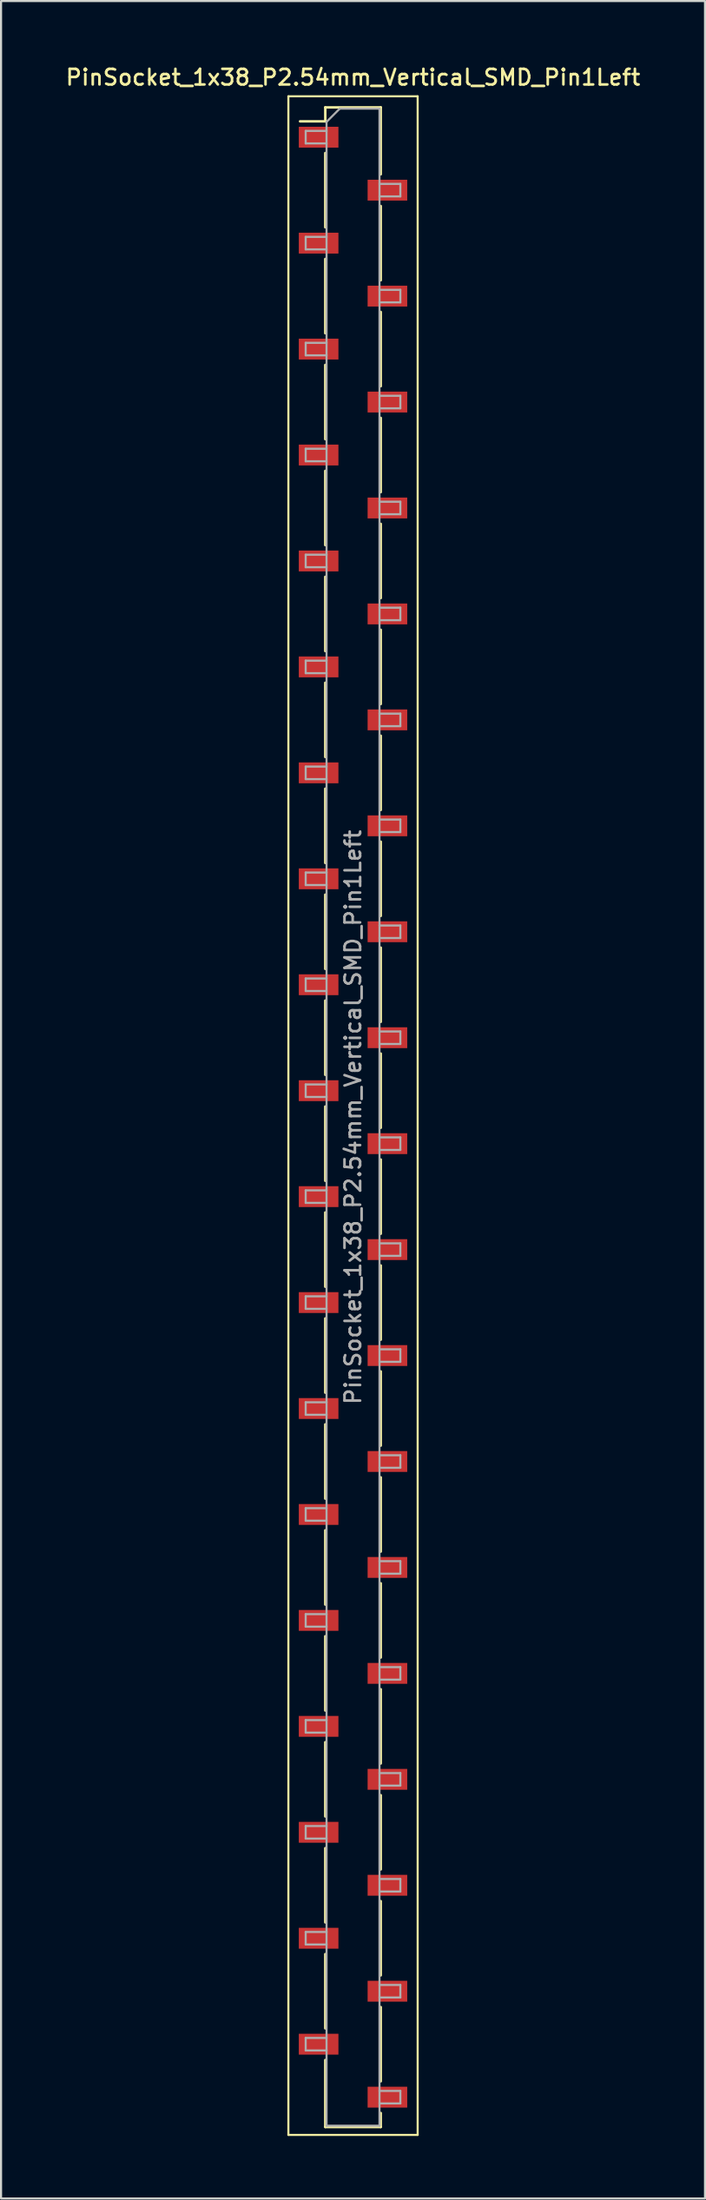
<source format=kicad_pcb>
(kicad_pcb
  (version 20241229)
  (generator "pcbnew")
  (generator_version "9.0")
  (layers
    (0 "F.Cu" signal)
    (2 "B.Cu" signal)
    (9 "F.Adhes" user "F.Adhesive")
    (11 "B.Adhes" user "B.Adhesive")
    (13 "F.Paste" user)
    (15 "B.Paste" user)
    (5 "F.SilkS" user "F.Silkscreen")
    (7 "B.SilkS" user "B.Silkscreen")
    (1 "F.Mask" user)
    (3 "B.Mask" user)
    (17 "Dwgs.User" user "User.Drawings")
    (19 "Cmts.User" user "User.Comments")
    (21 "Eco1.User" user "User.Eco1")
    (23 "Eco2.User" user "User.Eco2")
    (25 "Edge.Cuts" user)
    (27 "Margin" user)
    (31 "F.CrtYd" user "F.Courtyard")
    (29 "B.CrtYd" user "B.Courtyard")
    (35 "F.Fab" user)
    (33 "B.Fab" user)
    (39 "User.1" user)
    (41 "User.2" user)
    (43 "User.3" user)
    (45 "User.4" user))
  (footprint "PinSocket_1x38_P2.54mm_Vertical_SMD_Pin1Left"
    (layer "F.Cu")
    (at 13.88 50.518)
    (property "Reference" "PinSocket_1x38_P2.54mm_Vertical_SMD_Pin1Left" (at 0 -49.86 0) (layer "F.SilkS") (effects (font (size 0.75 0.75) (thickness 0.125))))
    (attr smd)
    (fp_line (start -3.1 -48.95) (end 3.1 -48.95) (stroke (width 0.1) (type solid)) (layer "F.SilkS"))
    (fp_line (start -3.1 48.8) (end -3.1 -48.95) (stroke (width 0.1) (type solid)) (layer "F.SilkS"))
    (fp_line (start -2.54 -47.75) (end -1.33 -47.75) (stroke (width 0.12) (type solid)) (layer "F.SilkS"))
    (fp_line (start -1.33 -48.42) (end -1.33 -47.75) (stroke (width 0.12) (type solid)) (layer "F.SilkS"))
    (fp_line (start -1.33 -48.42) (end 1.33 -48.42) (stroke (width 0.12) (type solid)) (layer "F.SilkS"))
    (fp_line (start -1.33 -46.23) (end -1.33 -42.67) (stroke (width 0.12) (type solid)) (layer "F.SilkS"))
    (fp_line (start -1.33 -41.15) (end -1.33 -37.59) (stroke (width 0.12) (type solid)) (layer "F.SilkS"))
    (fp_line (start -1.33 -36.07) (end -1.33 -32.51) (stroke (width 0.12) (type solid)) (layer "F.SilkS"))
    (fp_line (start -1.33 -30.99) (end -1.33 -27.43) (stroke (width 0.12) (type solid)) (layer "F.SilkS"))
    (fp_line (start -1.33 -25.91) (end -1.33 -22.35) (stroke (width 0.12) (type solid)) (layer "F.SilkS"))
    (fp_line (start -1.33 -20.83) (end -1.33 -17.27) (stroke (width 0.12) (type solid)) (layer "F.SilkS"))
    (fp_line (start -1.33 -15.75) (end -1.33 -12.19) (stroke (width 0.12) (type solid)) (layer "F.SilkS"))
    (fp_line (start -1.33 -10.67) (end -1.33 -7.11) (stroke (width 0.12) (type solid)) (layer "F.SilkS"))
    (fp_line (start -1.33 -5.59) (end -1.33 -2.03) (stroke (width 0.12) (type solid)) (layer "F.SilkS"))
    (fp_line (start -1.33 -0.51) (end -1.33 3.05) (stroke (width 0.12) (type solid)) (layer "F.SilkS"))
    (fp_line (start -1.33 4.57) (end -1.33 8.13) (stroke (width 0.12) (type solid)) (layer "F.SilkS"))
    (fp_line (start -1.33 9.65) (end -1.33 13.21) (stroke (width 0.12) (type solid)) (layer "F.SilkS"))
    (fp_line (start -1.33 14.73) (end -1.33 18.29) (stroke (width 0.12) (type solid)) (layer "F.SilkS"))
    (fp_line (start -1.33 19.81) (end -1.33 23.37) (stroke (width 0.12) (type solid)) (layer "F.SilkS"))
    (fp_line (start -1.33 24.89) (end -1.33 28.45) (stroke (width 0.12) (type solid)) (layer "F.SilkS"))
    (fp_line (start -1.33 29.97) (end -1.33 33.53) (stroke (width 0.12) (type solid)) (layer "F.SilkS"))
    (fp_line (start -1.33 35.05) (end -1.33 38.61) (stroke (width 0.12) (type solid)) (layer "F.SilkS"))
    (fp_line (start -1.33 40.13) (end -1.33 43.69) (stroke (width 0.12) (type solid)) (layer "F.SilkS"))
    (fp_line (start -1.33 45.21) (end -1.33 48.42) (stroke (width 0.12) (type solid)) (layer "F.SilkS"))
    (fp_line (start -1.33 48.42) (end 1.33 48.42) (stroke (width 0.12) (type solid)) (layer "F.SilkS"))
    (fp_line (start 1.33 -48.42) (end 1.33 -45.21) (stroke (width 0.12) (type solid)) (layer "F.SilkS"))
    (fp_line (start 1.33 -43.69) (end 1.33 -40.13) (stroke (width 0.12) (type solid)) (layer "F.SilkS"))
    (fp_line (start 1.33 -38.61) (end 1.33 -35.05) (stroke (width 0.12) (type solid)) (layer "F.SilkS"))
    (fp_line (start 1.33 -33.53) (end 1.33 -29.97) (stroke (width 0.12) (type solid)) (layer "F.SilkS"))
    (fp_line (start 1.33 -28.45) (end 1.33 -24.89) (stroke (width 0.12) (type solid)) (layer "F.SilkS"))
    (fp_line (start 1.33 -23.37) (end 1.33 -19.81) (stroke (width 0.12) (type solid)) (layer "F.SilkS"))
    (fp_line (start 1.33 -18.29) (end 1.33 -14.73) (stroke (width 0.12) (type solid)) (layer "F.SilkS"))
    (fp_line (start 1.33 -13.21) (end 1.33 -9.65) (stroke (width 0.12) (type solid)) (layer "F.SilkS"))
    (fp_line (start 1.33 -8.13) (end 1.33 -4.57) (stroke (width 0.12) (type solid)) (layer "F.SilkS"))
    (fp_line (start 1.33 -3.05) (end 1.33 0.51) (stroke (width 0.12) (type solid)) (layer "F.SilkS"))
    (fp_line (start 1.33 2.03) (end 1.33 5.59) (stroke (width 0.12) (type solid)) (layer "F.SilkS"))
    (fp_line (start 1.33 7.11) (end 1.33 10.67) (stroke (width 0.12) (type solid)) (layer "F.SilkS"))
    (fp_line (start 1.33 12.19) (end 1.33 15.75) (stroke (width 0.12) (type solid)) (layer "F.SilkS"))
    (fp_line (start 1.33 17.27) (end 1.33 20.83) (stroke (width 0.12) (type solid)) (layer "F.SilkS"))
    (fp_line (start 1.33 22.35) (end 1.33 25.91) (stroke (width 0.12) (type solid)) (layer "F.SilkS"))
    (fp_line (start 1.33 27.43) (end 1.33 30.99) (stroke (width 0.12) (type solid)) (layer "F.SilkS"))
    (fp_line (start 1.33 32.51) (end 1.33 36.07) (stroke (width 0.12) (type solid)) (layer "F.SilkS"))
    (fp_line (start 1.33 37.59) (end 1.33 41.15) (stroke (width 0.12) (type solid)) (layer "F.SilkS"))
    (fp_line (start 1.33 42.67) (end 1.33 46.23) (stroke (width 0.12) (type solid)) (layer "F.SilkS"))
    (fp_line (start 1.33 47.75) (end 1.33 48.42) (stroke (width 0.12) (type solid)) (layer "F.SilkS"))
    (fp_line (start 3.1 -48.95) (end 3.1 48.8) (stroke (width 0.1) (type solid)) (layer "F.SilkS"))
    (fp_line (start 3.1 48.8) (end -3.1 48.8) (stroke (width 0.1) (type solid)) (layer "F.SilkS"))
    (fp_line (start -2.27 -47.29) (end -1.27 -47.29) (stroke (width 0.1) (type solid)) (layer "F.Fab"))
    (fp_line (start -2.27 -46.69) (end -2.27 -47.29) (stroke (width 0.1) (type solid)) (layer "F.Fab"))
    (fp_line (start -2.27 -42.21) (end -1.27 -42.21) (stroke (width 0.1) (type solid)) (layer "F.Fab"))
    (fp_line (start -2.27 -41.61) (end -2.27 -42.21) (stroke (width 0.1) (type solid)) (layer "F.Fab"))
    (fp_line (start -2.27 -37.13) (end -1.27 -37.13) (stroke (width 0.1) (type solid)) (layer "F.Fab"))
    (fp_line (start -2.27 -36.53) (end -2.27 -37.13) (stroke (width 0.1) (type solid)) (layer "F.Fab"))
    (fp_line (start -2.27 -32.05) (end -1.27 -32.05) (stroke (width 0.1) (type solid)) (layer "F.Fab"))
    (fp_line (start -2.27 -31.45) (end -2.27 -32.05) (stroke (width 0.1) (type solid)) (layer "F.Fab"))
    (fp_line (start -2.27 -26.97) (end -1.27 -26.97) (stroke (width 0.1) (type solid)) (layer "F.Fab"))
    (fp_line (start -2.27 -26.37) (end -2.27 -26.97) (stroke (width 0.1) (type solid)) (layer "F.Fab"))
    (fp_line (start -2.27 -21.89) (end -1.27 -21.89) (stroke (width 0.1) (type solid)) (layer "F.Fab"))
    (fp_line (start -2.27 -21.29) (end -2.27 -21.89) (stroke (width 0.1) (type solid)) (layer "F.Fab"))
    (fp_line (start -2.27 -16.81) (end -1.27 -16.81) (stroke (width 0.1) (type solid)) (layer "F.Fab"))
    (fp_line (start -2.27 -16.21) (end -2.27 -16.81) (stroke (width 0.1) (type solid)) (layer "F.Fab"))
    (fp_line (start -2.27 -11.73) (end -1.27 -11.73) (stroke (width 0.1) (type solid)) (layer "F.Fab"))
    (fp_line (start -2.27 -11.13) (end -2.27 -11.73) (stroke (width 0.1) (type solid)) (layer "F.Fab"))
    (fp_line (start -2.27 -6.65) (end -1.27 -6.65) (stroke (width 0.1) (type solid)) (layer "F.Fab"))
    (fp_line (start -2.27 -6.05) (end -2.27 -6.65) (stroke (width 0.1) (type solid)) (layer "F.Fab"))
    (fp_line (start -2.27 -1.57) (end -1.27 -1.57) (stroke (width 0.1) (type solid)) (layer "F.Fab"))
    (fp_line (start -2.27 -0.97) (end -2.27 -1.57) (stroke (width 0.1) (type solid)) (layer "F.Fab"))
    (fp_line (start -2.27 3.51) (end -1.27 3.51) (stroke (width 0.1) (type solid)) (layer "F.Fab"))
    (fp_line (start -2.27 4.11) (end -2.27 3.51) (stroke (width 0.1) (type solid)) (layer "F.Fab"))
    (fp_line (start -2.27 8.59) (end -1.27 8.59) (stroke (width 0.1) (type solid)) (layer "F.Fab"))
    (fp_line (start -2.27 9.19) (end -2.27 8.59) (stroke (width 0.1) (type solid)) (layer "F.Fab"))
    (fp_line (start -2.27 13.67) (end -1.27 13.67) (stroke (width 0.1) (type solid)) (layer "F.Fab"))
    (fp_line (start -2.27 14.27) (end -2.27 13.67) (stroke (width 0.1) (type solid)) (layer "F.Fab"))
    (fp_line (start -2.27 18.75) (end -1.27 18.75) (stroke (width 0.1) (type solid)) (layer "F.Fab"))
    (fp_line (start -2.27 19.35) (end -2.27 18.75) (stroke (width 0.1) (type solid)) (layer "F.Fab"))
    (fp_line (start -2.27 23.83) (end -1.27 23.83) (stroke (width 0.1) (type solid)) (layer "F.Fab"))
    (fp_line (start -2.27 24.43) (end -2.27 23.83) (stroke (width 0.1) (type solid)) (layer "F.Fab"))
    (fp_line (start -2.27 28.91) (end -1.27 28.91) (stroke (width 0.1) (type solid)) (layer "F.Fab"))
    (fp_line (start -2.27 29.51) (end -2.27 28.91) (stroke (width 0.1) (type solid)) (layer "F.Fab"))
    (fp_line (start -2.27 33.99) (end -1.27 33.99) (stroke (width 0.1) (type solid)) (layer "F.Fab"))
    (fp_line (start -2.27 34.59) (end -2.27 33.99) (stroke (width 0.1) (type solid)) (layer "F.Fab"))
    (fp_line (start -2.27 39.07) (end -1.27 39.07) (stroke (width 0.1) (type solid)) (layer "F.Fab"))
    (fp_line (start -2.27 39.67) (end -2.27 39.07) (stroke (width 0.1) (type solid)) (layer "F.Fab"))
    (fp_line (start -2.27 44.15) (end -1.27 44.15) (stroke (width 0.1) (type solid)) (layer "F.Fab"))
    (fp_line (start -2.27 44.75) (end -2.27 44.15) (stroke (width 0.1) (type solid)) (layer "F.Fab"))
    (fp_line (start -1.27 -47.725) (end -0.635 -48.36) (stroke (width 0.1) (type solid)) (layer "F.Fab"))
    (fp_line (start -1.27 -46.69) (end -2.27 -46.69) (stroke (width 0.1) (type solid)) (layer "F.Fab"))
    (fp_line (start -1.27 -41.61) (end -2.27 -41.61) (stroke (width 0.1) (type solid)) (layer "F.Fab"))
    (fp_line (start -1.27 -36.53) (end -2.27 -36.53) (stroke (width 0.1) (type solid)) (layer "F.Fab"))
    (fp_line (start -1.27 -31.45) (end -2.27 -31.45) (stroke (width 0.1) (type solid)) (layer "F.Fab"))
    (fp_line (start -1.27 -26.37) (end -2.27 -26.37) (stroke (width 0.1) (type solid)) (layer "F.Fab"))
    (fp_line (start -1.27 -21.29) (end -2.27 -21.29) (stroke (width 0.1) (type solid)) (layer "F.Fab"))
    (fp_line (start -1.27 -16.21) (end -2.27 -16.21) (stroke (width 0.1) (type solid)) (layer "F.Fab"))
    (fp_line (start -1.27 -11.13) (end -2.27 -11.13) (stroke (width 0.1) (type solid)) (layer "F.Fab"))
    (fp_line (start -1.27 -6.05) (end -2.27 -6.05) (stroke (width 0.1) (type solid)) (layer "F.Fab"))
    (fp_line (start -1.27 -0.97) (end -2.27 -0.97) (stroke (width 0.1) (type solid)) (layer "F.Fab"))
    (fp_line (start -1.27 4.11) (end -2.27 4.11) (stroke (width 0.1) (type solid)) (layer "F.Fab"))
    (fp_line (start -1.27 9.19) (end -2.27 9.19) (stroke (width 0.1) (type solid)) (layer "F.Fab"))
    (fp_line (start -1.27 14.27) (end -2.27 14.27) (stroke (width 0.1) (type solid)) (layer "F.Fab"))
    (fp_line (start -1.27 19.35) (end -2.27 19.35) (stroke (width 0.1) (type solid)) (layer "F.Fab"))
    (fp_line (start -1.27 24.43) (end -2.27 24.43) (stroke (width 0.1) (type solid)) (layer "F.Fab"))
    (fp_line (start -1.27 29.51) (end -2.27 29.51) (stroke (width 0.1) (type solid)) (layer "F.Fab"))
    (fp_line (start -1.27 34.59) (end -2.27 34.59) (stroke (width 0.1) (type solid)) (layer "F.Fab"))
    (fp_line (start -1.27 39.67) (end -2.27 39.67) (stroke (width 0.1) (type solid)) (layer "F.Fab"))
    (fp_line (start -1.27 44.75) (end -2.27 44.75) (stroke (width 0.1) (type solid)) (layer "F.Fab"))
    (fp_line (start -1.27 48.36) (end -1.27 -47.725) (stroke (width 0.1) (type solid)) (layer "F.Fab"))
    (fp_line (start -0.635 -48.36) (end 1.27 -48.36) (stroke (width 0.1) (type solid)) (layer "F.Fab"))
    (fp_line (start 1.27 -48.36) (end 1.27 48.36) (stroke (width 0.1) (type solid)) (layer "F.Fab"))
    (fp_line (start 1.27 -44.75) (end 2.27 -44.75) (stroke (width 0.1) (type solid)) (layer "F.Fab"))
    (fp_line (start 1.27 -39.67) (end 2.27 -39.67) (stroke (width 0.1) (type solid)) (layer "F.Fab"))
    (fp_line (start 1.27 -34.59) (end 2.27 -34.59) (stroke (width 0.1) (type solid)) (layer "F.Fab"))
    (fp_line (start 1.27 -29.51) (end 2.27 -29.51) (stroke (width 0.1) (type solid)) (layer "F.Fab"))
    (fp_line (start 1.27 -24.43) (end 2.27 -24.43) (stroke (width 0.1) (type solid)) (layer "F.Fab"))
    (fp_line (start 1.27 -19.35) (end 2.27 -19.35) (stroke (width 0.1) (type solid)) (layer "F.Fab"))
    (fp_line (start 1.27 -14.27) (end 2.27 -14.27) (stroke (width 0.1) (type solid)) (layer "F.Fab"))
    (fp_line (start 1.27 -9.19) (end 2.27 -9.19) (stroke (width 0.1) (type solid)) (layer "F.Fab"))
    (fp_line (start 1.27 -4.11) (end 2.27 -4.11) (stroke (width 0.1) (type solid)) (layer "F.Fab"))
    (fp_line (start 1.27 0.97) (end 2.27 0.97) (stroke (width 0.1) (type solid)) (layer "F.Fab"))
    (fp_line (start 1.27 6.05) (end 2.27 6.05) (stroke (width 0.1) (type solid)) (layer "F.Fab"))
    (fp_line (start 1.27 11.13) (end 2.27 11.13) (stroke (width 0.1) (type solid)) (layer "F.Fab"))
    (fp_line (start 1.27 16.21) (end 2.27 16.21) (stroke (width 0.1) (type solid)) (layer "F.Fab"))
    (fp_line (start 1.27 21.29) (end 2.27 21.29) (stroke (width 0.1) (type solid)) (layer "F.Fab"))
    (fp_line (start 1.27 26.37) (end 2.27 26.37) (stroke (width 0.1) (type solid)) (layer "F.Fab"))
    (fp_line (start 1.27 31.45) (end 2.27 31.45) (stroke (width 0.1) (type solid)) (layer "F.Fab"))
    (fp_line (start 1.27 36.53) (end 2.27 36.53) (stroke (width 0.1) (type solid)) (layer "F.Fab"))
    (fp_line (start 1.27 41.61) (end 2.27 41.61) (stroke (width 0.1) (type solid)) (layer "F.Fab"))
    (fp_line (start 1.27 46.69) (end 2.27 46.69) (stroke (width 0.1) (type solid)) (layer "F.Fab"))
    (fp_line (start 1.27 48.36) (end -1.27 48.36) (stroke (width 0.1) (type solid)) (layer "F.Fab"))
    (fp_line (start 2.27 -44.75) (end 2.27 -44.15) (stroke (width 0.1) (type solid)) (layer "F.Fab"))
    (fp_line (start 2.27 -44.15) (end 1.27 -44.15) (stroke (width 0.1) (type solid)) (layer "F.Fab"))
    (fp_line (start 2.27 -39.67) (end 2.27 -39.07) (stroke (width 0.1) (type solid)) (layer "F.Fab"))
    (fp_line (start 2.27 -39.07) (end 1.27 -39.07) (stroke (width 0.1) (type solid)) (layer "F.Fab"))
    (fp_line (start 2.27 -34.59) (end 2.27 -33.99) (stroke (width 0.1) (type solid)) (layer "F.Fab"))
    (fp_line (start 2.27 -33.99) (end 1.27 -33.99) (stroke (width 0.1) (type solid)) (layer "F.Fab"))
    (fp_line (start 2.27 -29.51) (end 2.27 -28.91) (stroke (width 0.1) (type solid)) (layer "F.Fab"))
    (fp_line (start 2.27 -28.91) (end 1.27 -28.91) (stroke (width 0.1) (type solid)) (layer "F.Fab"))
    (fp_line (start 2.27 -24.43) (end 2.27 -23.83) (stroke (width 0.1) (type solid)) (layer "F.Fab"))
    (fp_line (start 2.27 -23.83) (end 1.27 -23.83) (stroke (width 0.1) (type solid)) (layer "F.Fab"))
    (fp_line (start 2.27 -19.35) (end 2.27 -18.75) (stroke (width 0.1) (type solid)) (layer "F.Fab"))
    (fp_line (start 2.27 -18.75) (end 1.27 -18.75) (stroke (width 0.1) (type solid)) (layer "F.Fab"))
    (fp_line (start 2.27 -14.27) (end 2.27 -13.67) (stroke (width 0.1) (type solid)) (layer "F.Fab"))
    (fp_line (start 2.27 -13.67) (end 1.27 -13.67) (stroke (width 0.1) (type solid)) (layer "F.Fab"))
    (fp_line (start 2.27 -9.19) (end 2.27 -8.59) (stroke (width 0.1) (type solid)) (layer "F.Fab"))
    (fp_line (start 2.27 -8.59) (end 1.27 -8.59) (stroke (width 0.1) (type solid)) (layer "F.Fab"))
    (fp_line (start 2.27 -4.11) (end 2.27 -3.51) (stroke (width 0.1) (type solid)) (layer "F.Fab"))
    (fp_line (start 2.27 -3.51) (end 1.27 -3.51) (stroke (width 0.1) (type solid)) (layer "F.Fab"))
    (fp_line (start 2.27 0.97) (end 2.27 1.57) (stroke (width 0.1) (type solid)) (layer "F.Fab"))
    (fp_line (start 2.27 1.57) (end 1.27 1.57) (stroke (width 0.1) (type solid)) (layer "F.Fab"))
    (fp_line (start 2.27 6.05) (end 2.27 6.65) (stroke (width 0.1) (type solid)) (layer "F.Fab"))
    (fp_line (start 2.27 6.65) (end 1.27 6.65) (stroke (width 0.1) (type solid)) (layer "F.Fab"))
    (fp_line (start 2.27 11.13) (end 2.27 11.73) (stroke (width 0.1) (type solid)) (layer "F.Fab"))
    (fp_line (start 2.27 11.73) (end 1.27 11.73) (stroke (width 0.1) (type solid)) (layer "F.Fab"))
    (fp_line (start 2.27 16.21) (end 2.27 16.81) (stroke (width 0.1) (type solid)) (layer "F.Fab"))
    (fp_line (start 2.27 16.81) (end 1.27 16.81) (stroke (width 0.1) (type solid)) (layer "F.Fab"))
    (fp_line (start 2.27 21.29) (end 2.27 21.89) (stroke (width 0.1) (type solid)) (layer "F.Fab"))
    (fp_line (start 2.27 21.89) (end 1.27 21.89) (stroke (width 0.1) (type solid)) (layer "F.Fab"))
    (fp_line (start 2.27 26.37) (end 2.27 26.97) (stroke (width 0.1) (type solid)) (layer "F.Fab"))
    (fp_line (start 2.27 26.97) (end 1.27 26.97) (stroke (width 0.1) (type solid)) (layer "F.Fab"))
    (fp_line (start 2.27 31.45) (end 2.27 32.05) (stroke (width 0.1) (type solid)) (layer "F.Fab"))
    (fp_line (start 2.27 32.05) (end 1.27 32.05) (stroke (width 0.1) (type solid)) (layer "F.Fab"))
    (fp_line (start 2.27 36.53) (end 2.27 37.13) (stroke (width 0.1) (type solid)) (layer "F.Fab"))
    (fp_line (start 2.27 37.13) (end 1.27 37.13) (stroke (width 0.1) (type solid)) (layer "F.Fab"))
    (fp_line (start 2.27 41.61) (end 2.27 42.21) (stroke (width 0.1) (type solid)) (layer "F.Fab"))
    (fp_line (start 2.27 42.21) (end 1.27 42.21) (stroke (width 0.1) (type solid)) (layer "F.Fab"))
    (fp_line (start 2.27 46.69) (end 2.27 47.29) (stroke (width 0.1) (type solid)) (layer "F.Fab"))
    (fp_line (start 2.27 47.29) (end 1.27 47.29) (stroke (width 0.1) (type solid)) (layer "F.Fab"))
    (fp_text user "${REFERENCE}" (at 0 0 90) (layer "F.Fab") (effects (font (size 0.75 0.75) (thickness 0.125))))
    (pad "1" smd rect (at -1.65 -46.99) (size 1.9 1) (layers "F.Cu" "F.Mask" "F.Paste"))
    (pad "2" smd rect (at 1.65 -44.45) (size 1.9 1) (layers "F.Cu" "F.Mask" "F.Paste"))
    (pad "3" smd rect (at -1.65 -41.91) (size 1.9 1) (layers "F.Cu" "F.Mask" "F.Paste"))
    (pad "4" smd rect (at 1.65 -39.37) (size 1.9 1) (layers "F.Cu" "F.Mask" "F.Paste"))
    (pad "5" smd rect (at -1.65 -36.83) (size 1.9 1) (layers "F.Cu" "F.Mask" "F.Paste"))
    (pad "6" smd rect (at 1.65 -34.29) (size 1.9 1) (layers "F.Cu" "F.Mask" "F.Paste"))
    (pad "7" smd rect (at -1.65 -31.75) (size 1.9 1) (layers "F.Cu" "F.Mask" "F.Paste"))
    (pad "8" smd rect (at 1.65 -29.21) (size 1.9 1) (layers "F.Cu" "F.Mask" "F.Paste"))
    (pad "9" smd rect (at -1.65 -26.67) (size 1.9 1) (layers "F.Cu" "F.Mask" "F.Paste"))
    (pad "10" smd rect (at 1.65 -24.13) (size 1.9 1) (layers "F.Cu" "F.Mask" "F.Paste"))
    (pad "11" smd rect (at -1.65 -21.59) (size 1.9 1) (layers "F.Cu" "F.Mask" "F.Paste"))
    (pad "12" smd rect (at 1.65 -19.05) (size 1.9 1) (layers "F.Cu" "F.Mask" "F.Paste"))
    (pad "13" smd rect (at -1.65 -16.51) (size 1.9 1) (layers "F.Cu" "F.Mask" "F.Paste"))
    (pad "14" smd rect (at 1.65 -13.97) (size 1.9 1) (layers "F.Cu" "F.Mask" "F.Paste"))
    (pad "15" smd rect (at -1.65 -11.43) (size 1.9 1) (layers "F.Cu" "F.Mask" "F.Paste"))
    (pad "16" smd rect (at 1.65 -8.89) (size 1.9 1) (layers "F.Cu" "F.Mask" "F.Paste"))
    (pad "17" smd rect (at -1.65 -6.35) (size 1.9 1) (layers "F.Cu" "F.Mask" "F.Paste"))
    (pad "18" smd rect (at 1.65 -3.81) (size 1.9 1) (layers "F.Cu" "F.Mask" "F.Paste"))
    (pad "19" smd rect (at -1.65 -1.27) (size 1.9 1) (layers "F.Cu" "F.Mask" "F.Paste"))
    (pad "20" smd rect (at 1.65 1.27) (size 1.9 1) (layers "F.Cu" "F.Mask" "F.Paste"))
    (pad "21" smd rect (at -1.65 3.81) (size 1.9 1) (layers "F.Cu" "F.Mask" "F.Paste"))
    (pad "22" smd rect (at 1.65 6.35) (size 1.9 1) (layers "F.Cu" "F.Mask" "F.Paste"))
    (pad "23" smd rect (at -1.65 8.89) (size 1.9 1) (layers "F.Cu" "F.Mask" "F.Paste"))
    (pad "24" smd rect (at 1.65 11.43) (size 1.9 1) (layers "F.Cu" "F.Mask" "F.Paste"))
    (pad "25" smd rect (at -1.65 13.97) (size 1.9 1) (layers "F.Cu" "F.Mask" "F.Paste"))
    (pad "26" smd rect (at 1.65 16.51) (size 1.9 1) (layers "F.Cu" "F.Mask" "F.Paste"))
    (pad "27" smd rect (at -1.65 19.05) (size 1.9 1) (layers "F.Cu" "F.Mask" "F.Paste"))
    (pad "28" smd rect (at 1.65 21.59) (size 1.9 1) (layers "F.Cu" "F.Mask" "F.Paste"))
    (pad "29" smd rect (at -1.65 24.13) (size 1.9 1) (layers "F.Cu" "F.Mask" "F.Paste"))
    (pad "30" smd rect (at 1.65 26.67) (size 1.9 1) (layers "F.Cu" "F.Mask" "F.Paste"))
    (pad "31" smd rect (at -1.65 29.21) (size 1.9 1) (layers "F.Cu" "F.Mask" "F.Paste"))
    (pad "32" smd rect (at 1.65 31.75) (size 1.9 1) (layers "F.Cu" "F.Mask" "F.Paste"))
    (pad "33" smd rect (at -1.65 34.29) (size 1.9 1) (layers "F.Cu" "F.Mask" "F.Paste"))
    (pad "34" smd rect (at 1.65 36.83) (size 1.9 1) (layers "F.Cu" "F.Mask" "F.Paste"))
    (pad "35" smd rect (at -1.65 39.37) (size 1.9 1) (layers "F.Cu" "F.Mask" "F.Paste"))
    (pad "36" smd rect (at 1.65 41.91) (size 1.9 1) (layers "F.Cu" "F.Mask" "F.Paste"))
    (pad "37" smd rect (at -1.65 44.45) (size 1.9 1) (layers "F.Cu" "F.Mask" "F.Paste"))
    (pad "38" smd rect (at 1.65 46.99) (size 1.9 1) (layers "F.Cu" "F.Mask" "F.Paste")))
  (gr_rect
    (start -3 -3)
    (end 30.761 102.368)
    (stroke (width 0.1) (type default))
    (fill no)
    (layer "Edge.Cuts")))
</source>
